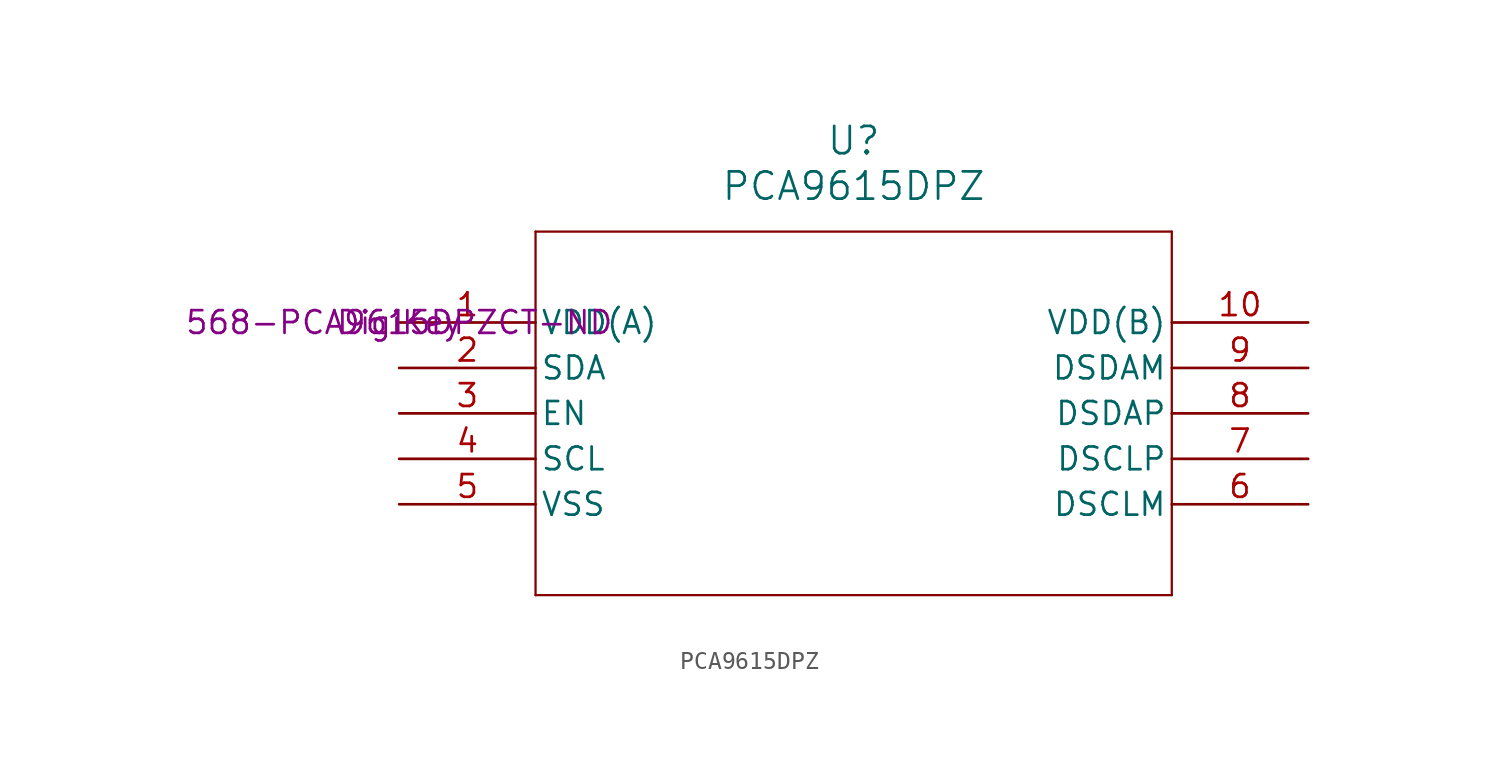
<source format=kicad_sym>
(kicad_symbol_lib
  (version 20231120)
  (generator "kicad_symbol_editor")
  (generator_version "8.0")
  (symbol "PCA9615DPZ"
    (pin_names
      (offset 0.254))
    (property "Reference" "U"
      (at 25.4 10.16 0)
      (effects (font (size 1.524 1.524))))
    (property "Value" "PCA9615DPZ"
      (at 25.4 7.62 0)
      (effects (font (size 1.524 1.524))))
    (property "Supplier" "DigiKey"
      (at 0 0 0)
      (effects (font (size 1.27 1.27))))
    (property "Supplier Part Number" "568-PCA9615DPZCT-ND"
      (at 0 0 0)
      (effects (font (size 1.27 1.27))))
    (symbol "PCA9615DPZ_0_1"
      (polyline (pts (xy 7.62 -15.24) (xy 43.18 -15.24)) (stroke (width 0.127) (type default)) (fill (type none)))
      (polyline (pts (xy 7.62 5.08) (xy 7.62 -15.24)) (stroke (width 0.127) (type default)) (fill (type none)))
      (polyline (pts (xy 43.18 -15.24) (xy 43.18 5.08)) (stroke (width 0.127) (type default)) (fill (type none)))
      (polyline (pts (xy 43.18 5.08) (xy 7.62 5.08)) (stroke (width 0.127) (type default)) (fill (type none)))
      (pin power_in line (at 0 0 0) (length 7.62) (name "VDD(A)" (effects (font (size 1.27 1.27)))) (number "1" (effects (font (size 1.27 1.27)))))
      (pin power_in line (at 50.8 0 180) (length 7.62) (name "VDD(B)" (effects (font (size 1.27 1.27)))) (number "10" (effects (font (size 1.27 1.27)))))
      (pin bidirectional line (at 0 -2.54 0) (length 7.62) (name "SDA" (effects (font (size 1.27 1.27)))) (number "2" (effects (font (size 1.27 1.27)))))
      (pin input line (at 0 -5.08 0) (length 7.62) (name "EN" (effects (font (size 1.27 1.27)))) (number "3" (effects (font (size 1.27 1.27)))))
      (pin bidirectional line (at 0 -7.62 0) (length 7.62) (name "SCL" (effects (font (size 1.27 1.27)))) (number "4" (effects (font (size 1.27 1.27)))))
      (pin power_out line (at 0 -10.16 0) (length 7.62) (name "VSS" (effects (font (size 1.27 1.27)))) (number "5" (effects (font (size 1.27 1.27)))))
      (pin bidirectional line (at 50.8 -10.16 180) (length 7.62) (name "DSCLM" (effects (font (size 1.27 1.27)))) (number "6" (effects (font (size 1.27 1.27)))))
      (pin bidirectional line (at 50.8 -7.62 180) (length 7.62) (name "DSCLP" (effects (font (size 1.27 1.27)))) (number "7" (effects (font (size 1.27 1.27)))))
      (pin bidirectional line (at 50.8 -5.08 180) (length 7.62) (name "DSDAP" (effects (font (size 1.27 1.27)))) (number "8" (effects (font (size 1.27 1.27)))))
      (pin bidirectional line (at 50.8 -2.54 180) (length 7.62) (name "DSDAM" (effects (font (size 1.27 1.27)))) (number "9" (effects (font (size 1.27 1.27))))))))
</source>
